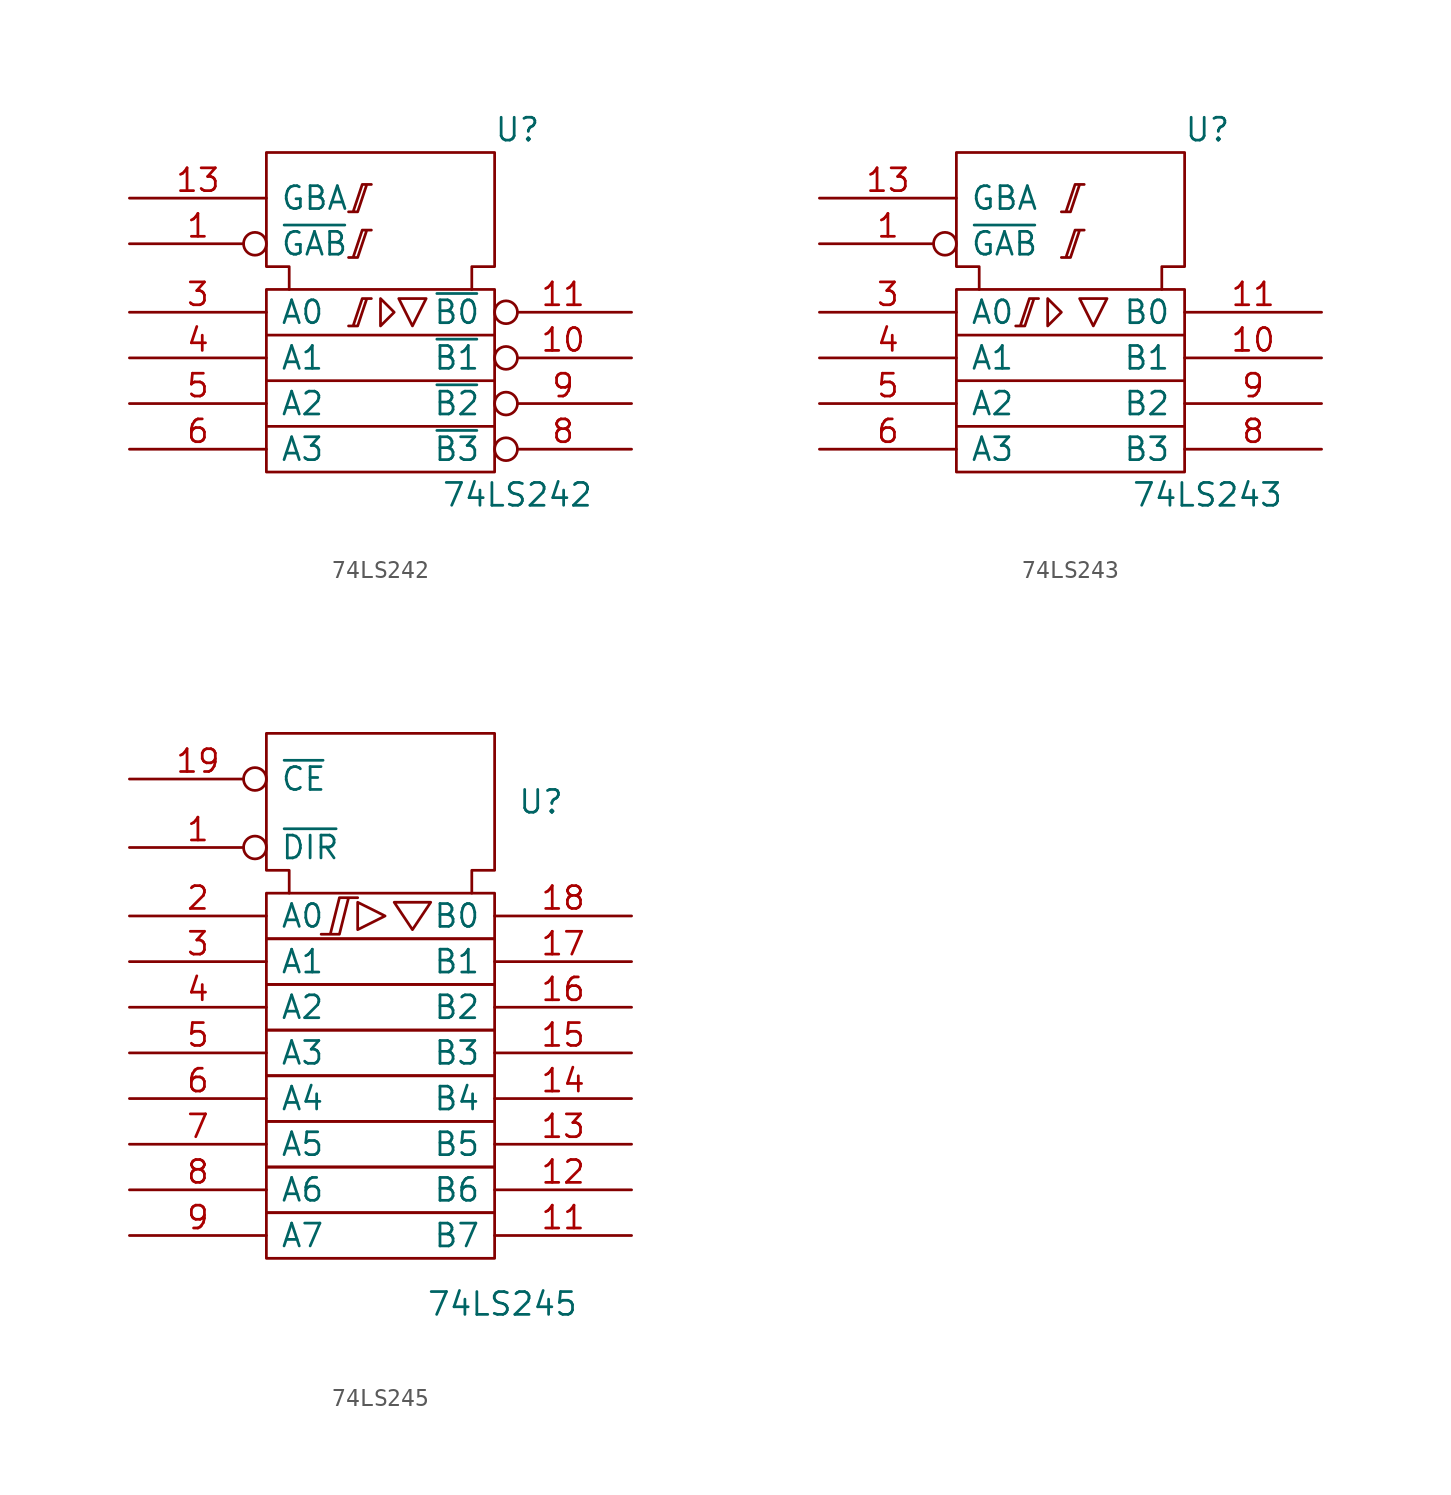
<source format=kicad_sym>
(kicad_symbol_lib
  (version 20231120)
  (generator "kicad_symbol_editor")
  (generator_version "8.0")
  (symbol "74LS242"
    (pin_names
      (offset 0.762))
    (property "Reference" "U"
      (at 7.62 12.7 0)
      (effects (font (size 1.27 1.27))))
    (property "Value" "74LS242"
      (at 7.62 -7.62 0)
      (effects (font (size 1.27 1.27))))
    (symbol "74LS242_0_0"
      (pin power_in line (at 5.08 11.43 270) (length 0) hide (name "VCC" (effects (font (size 1.27 1.27)))) (number "14" (effects (font (size 1.27 1.27)))))
      (pin power_in line (at 1.27 11.43 270) (length 0) hide (name "GND" (effects (font (size 1.27 1.27)))) (number "7" (effects (font (size 1.27 1.27))))))
    (symbol "74LS242_0_1"
      (rectangle (start -6.35 3.81) (end 6.35 -6.35) (stroke (width 0) (type default)) (fill (type none)))
      (polyline (pts (xy -6.35 -3.81) (xy 6.35 -3.81) (xy 6.35 -3.81)) (stroke (width 0) (type default)) (fill (type none)))
      (polyline (pts (xy -6.35 -1.27) (xy 6.35 -1.27) (xy 6.35 -1.27)) (stroke (width 0) (type default)) (fill (type none)))
      (polyline (pts (xy -6.35 1.27) (xy 6.35 1.27) (xy 6.35 1.27)) (stroke (width 0) (type default)) (fill (type none)))
      (polyline (pts (xy 0 3.302) (xy 0 1.778) (xy 0.762 2.54) (xy 0 3.302) (xy 0 3.302)) (stroke (width 0) (type default)) (fill (type none)))
      (polyline (pts (xy 1.016 3.302) (xy 2.54 3.302) (xy 1.778 1.778) (xy 1.016 3.302) (xy 1.016 3.302)) (stroke (width 0) (type default)) (fill (type none)))
      (polyline (pts (xy -1.778 1.778) (xy -1.27 1.778) (xy -0.762 3.302) (xy -0.508 3.302) (xy -1.016 3.302) (xy -1.524 1.778) (xy -1.524 1.778)) (stroke (width 0) (type default)) (fill (type none)))
      (polyline (pts (xy -1.778 5.588) (xy -1.27 5.588) (xy -0.762 7.112) (xy -0.508 7.112) (xy -1.016 7.112) (xy -1.524 5.588) (xy -1.524 5.588)) (stroke (width 0) (type default)) (fill (type none)))
      (polyline (pts (xy -1.778 8.128) (xy -1.27 8.128) (xy -0.762 9.652) (xy -0.508 9.652) (xy -1.016 9.652) (xy -1.524 8.128) (xy -1.524 8.128)) (stroke (width 0) (type default)) (fill (type none)))
      (polyline (pts (xy -5.08 3.81) (xy -5.08 5.08) (xy -6.35 5.08) (xy -6.35 11.43) (xy 6.35 11.43) (xy 6.35 5.08) (xy 5.08 5.08) (xy 5.08 3.81) (xy 5.08 3.81)) (stroke (width 0) (type default)) (fill (type none))))
    (symbol "74LS242_1_1"
      (pin input inverted (at -13.97 6.35 0) (length 7.62) (name "~{GAB}" (effects (font (size 1.27 1.27)))) (number "1" (effects (font (size 1.27 1.27)))))
      (pin tri_state inverted (at 13.97 0 180) (length 7.62) (name "~{B1}" (effects (font (size 1.27 1.27)))) (number "10" (effects (font (size 1.27 1.27)))))
      (pin tri_state inverted (at 13.97 2.54 180) (length 7.62) (name "~{B0}" (effects (font (size 1.27 1.27)))) (number "11" (effects (font (size 1.27 1.27)))))
      (pin input line (at -13.97 8.89 0) (length 7.62) (name "GBA" (effects (font (size 1.27 1.27)))) (number "13" (effects (font (size 1.27 1.27)))))
      (pin input line (at -13.97 2.54 0) (length 7.62) (name "A0" (effects (font (size 1.27 1.27)))) (number "3" (effects (font (size 1.27 1.27)))))
      (pin input line (at -13.97 0 0) (length 7.62) (name "A1" (effects (font (size 1.27 1.27)))) (number "4" (effects (font (size 1.27 1.27)))))
      (pin input line (at -13.97 -2.54 0) (length 7.62) (name "A2" (effects (font (size 1.27 1.27)))) (number "5" (effects (font (size 1.27 1.27)))))
      (pin input line (at -13.97 -5.08 0) (length 7.62) (name "A3" (effects (font (size 1.27 1.27)))) (number "6" (effects (font (size 1.27 1.27)))))
      (pin tri_state inverted (at 13.97 -5.08 180) (length 7.62) (name "~{B3}" (effects (font (size 1.27 1.27)))) (number "8" (effects (font (size 1.27 1.27)))))
      (pin tri_state inverted (at 13.97 -2.54 180) (length 7.62) (name "~{B2}" (effects (font (size 1.27 1.27)))) (number "9" (effects (font (size 1.27 1.27)))))))
  (symbol "74LS243"
    (pin_names
      (offset 0.762))
    (property "Reference" "U"
      (at 7.62 12.7 0)
      (effects (font (size 1.27 1.27))))
    (property "Value" "74LS243"
      (at 7.62 -7.62 0)
      (effects (font (size 1.27 1.27))))
    (symbol "74LS243_0_0"
      (pin power_in line (at 5.08 11.43 270) (length 0) hide (name "VCC" (effects (font (size 1.27 1.27)))) (number "14" (effects (font (size 1.27 1.27)))))
      (pin power_in line (at 1.27 11.43 270) (length 0) hide (name "GND" (effects (font (size 1.27 1.27)))) (number "7" (effects (font (size 1.27 1.27))))))
    (symbol "74LS243_0_1"
      (rectangle (start -6.35 3.81) (end 6.35 -6.35) (stroke (width 0) (type default)) (fill (type none)))
      (polyline (pts (xy -6.35 -3.81) (xy 6.35 -3.81) (xy 6.35 -3.81)) (stroke (width 0) (type default)) (fill (type none)))
      (polyline (pts (xy -6.35 -1.27) (xy 6.35 -1.27) (xy 6.35 -1.27)) (stroke (width 0) (type default)) (fill (type none)))
      (polyline (pts (xy -6.35 1.27) (xy 6.35 1.27) (xy 6.35 1.27)) (stroke (width 0) (type default)) (fill (type none)))
      (polyline (pts (xy -1.27 3.302) (xy -1.27 1.778) (xy -0.508 2.54) (xy -1.27 3.302) (xy -1.27 3.302)) (stroke (width 0) (type default)) (fill (type none)))
      (polyline (pts (xy 0.508 3.302) (xy 2.032 3.302) (xy 1.27 1.778) (xy 0.508 3.302) (xy 0.508 3.302)) (stroke (width 0) (type default)) (fill (type none)))
      (polyline (pts (xy -3.048 1.778) (xy -2.54 1.778) (xy -2.032 3.302) (xy -1.778 3.302) (xy -2.286 3.302) (xy -2.794 1.778) (xy -2.794 1.778)) (stroke (width 0) (type default)) (fill (type none)))
      (polyline (pts (xy -0.508 5.588) (xy 0 5.588) (xy 0.508 7.112) (xy 0.762 7.112) (xy 0.254 7.112) (xy -0.254 5.588) (xy -0.254 5.588)) (stroke (width 0) (type default)) (fill (type none)))
      (polyline (pts (xy -0.508 8.128) (xy 0 8.128) (xy 0.508 9.652) (xy 0.762 9.652) (xy 0.254 9.652) (xy -0.254 8.128) (xy -0.254 8.128)) (stroke (width 0) (type default)) (fill (type none)))
      (polyline (pts (xy -5.08 3.81) (xy -5.08 5.08) (xy -6.35 5.08) (xy -6.35 11.43) (xy 6.35 11.43) (xy 6.35 5.08) (xy 5.08 5.08) (xy 5.08 3.81) (xy 5.08 3.81)) (stroke (width 0) (type default)) (fill (type none))))
    (symbol "74LS243_1_1"
      (pin input inverted (at -13.97 6.35 0) (length 7.62) (name "~{GAB}" (effects (font (size 1.27 1.27)))) (number "1" (effects (font (size 1.27 1.27)))))
      (pin tri_state line (at 13.97 0 180) (length 7.62) (name "B1" (effects (font (size 1.27 1.27)))) (number "10" (effects (font (size 1.27 1.27)))))
      (pin tri_state line (at 13.97 2.54 180) (length 7.62) (name "B0" (effects (font (size 1.27 1.27)))) (number "11" (effects (font (size 1.27 1.27)))))
      (pin input line (at -13.97 8.89 0) (length 7.62) (name "GBA" (effects (font (size 1.27 1.27)))) (number "13" (effects (font (size 1.27 1.27)))))
      (pin input line (at -13.97 2.54 0) (length 7.62) (name "A0" (effects (font (size 1.27 1.27)))) (number "3" (effects (font (size 1.27 1.27)))))
      (pin input line (at -13.97 0 0) (length 7.62) (name "A1" (effects (font (size 1.27 1.27)))) (number "4" (effects (font (size 1.27 1.27)))))
      (pin input line (at -13.97 -2.54 0) (length 7.62) (name "A2" (effects (font (size 1.27 1.27)))) (number "5" (effects (font (size 1.27 1.27)))))
      (pin input line (at -13.97 -5.08 0) (length 7.62) (name "A3" (effects (font (size 1.27 1.27)))) (number "6" (effects (font (size 1.27 1.27)))))
      (pin tri_state line (at 13.97 -5.08 180) (length 7.62) (name "B3" (effects (font (size 1.27 1.27)))) (number "8" (effects (font (size 1.27 1.27)))))
      (pin tri_state line (at 13.97 -2.54 180) (length 7.62) (name "B2" (effects (font (size 1.27 1.27)))) (number "9" (effects (font (size 1.27 1.27)))))))
  (symbol "74LS245"
    (pin_names
      (offset 0.762))
    (property "Reference" "U"
      (at 7.62 12.7 0)
      (effects (font (size 1.27 1.27)) (justify left)))
    (property "Value" "74LS245"
      (at 2.54 -15.24 0)
      (effects (font (size 1.27 1.27)) (justify left)))
    (symbol "74LS245_0_0"
      (polyline (pts (xy -1.27 7.112) (xy -1.27 5.588) (xy 0.254 6.35) (xy -1.27 7.112) (xy -1.27 7.112)) (stroke (width 0) (type default)) (fill (type none)))
      (polyline (pts (xy 0.762 7.112) (xy 2.794 7.112) (xy 1.778 5.588) (xy 0.762 7.112) (xy 0.762 7.112)) (stroke (width 0) (type default)) (fill (type none)))
      (polyline (pts (xy -3.302 5.334) (xy -2.286 5.334) (xy -1.778 7.366) (xy -1.27 7.366) (xy -2.286 7.366) (xy -2.794 5.334) (xy -2.794 5.334)) (stroke (width 0) (type default)) (fill (type none)))
      (pin power_in line (at 1.27 16.51 270) (length 0) hide (name "GND" (effects (font (size 1.27 1.27)))) (number "10" (effects (font (size 1.27 1.27)))))
      (pin power_in line (at 5.08 16.51 270) (length 0) hide (name "VCC" (effects (font (size 1.27 1.27)))) (number "20" (effects (font (size 1.27 1.27))))))
    (symbol "74LS245_0_1"
      (rectangle (start -6.35 -10.16) (end 6.35 -12.7) (stroke (width 0) (type default)) (fill (type none)))
      (rectangle (start -6.35 -7.62) (end 6.35 -10.16) (stroke (width 0) (type default)) (fill (type none)))
      (rectangle (start -6.35 -5.08) (end 6.35 -7.62) (stroke (width 0) (type default)) (fill (type none)))
      (rectangle (start -6.35 -2.54) (end 6.35 -5.08) (stroke (width 0) (type default)) (fill (type none)))
      (rectangle (start -6.35 0) (end 6.35 -2.54) (stroke (width 0) (type default)) (fill (type none)))
      (rectangle (start -6.35 2.54) (end 6.35 0) (stroke (width 0) (type default)) (fill (type none)))
      (rectangle (start -6.35 5.08) (end 6.35 2.54) (stroke (width 0) (type default)) (fill (type none)))
      (rectangle (start -6.35 7.62) (end 6.35 5.08) (stroke (width 0) (type default)) (fill (type none)))
      (polyline (pts (xy -5.08 7.62) (xy -5.08 8.89) (xy -6.35 8.89) (xy -6.35 16.51) (xy 6.35 16.51) (xy 6.35 8.89) (xy 5.08 8.89) (xy 5.08 7.62) (xy 5.08 7.62)) (stroke (width 0) (type default)) (fill (type none))))
    (symbol "74LS245_1_1"
      (pin input inverted (at -13.97 10.16 0) (length 7.62) (name "~{DIR}" (effects (font (size 1.27 1.27)))) (number "1" (effects (font (size 1.27 1.27)))))
      (pin tri_state line (at 13.97 -11.43 180) (length 7.62) (name "B7" (effects (font (size 1.27 1.27)))) (number "11" (effects (font (size 1.27 1.27)))))
      (pin tri_state line (at 13.97 -8.89 180) (length 7.62) (name "B6" (effects (font (size 1.27 1.27)))) (number "12" (effects (font (size 1.27 1.27)))))
      (pin tri_state line (at 13.97 -6.35 180) (length 7.62) (name "B5" (effects (font (size 1.27 1.27)))) (number "13" (effects (font (size 1.27 1.27)))))
      (pin tri_state line (at 13.97 -3.81 180) (length 7.62) (name "B4" (effects (font (size 1.27 1.27)))) (number "14" (effects (font (size 1.27 1.27)))))
      (pin tri_state line (at 13.97 -1.27 180) (length 7.62) (name "B3" (effects (font (size 1.27 1.27)))) (number "15" (effects (font (size 1.27 1.27)))))
      (pin tri_state line (at 13.97 1.27 180) (length 7.62) (name "B2" (effects (font (size 1.27 1.27)))) (number "16" (effects (font (size 1.27 1.27)))))
      (pin tri_state line (at 13.97 3.81 180) (length 7.62) (name "B1" (effects (font (size 1.27 1.27)))) (number "17" (effects (font (size 1.27 1.27)))))
      (pin tri_state line (at 13.97 6.35 180) (length 7.62) (name "B0" (effects (font (size 1.27 1.27)))) (number "18" (effects (font (size 1.27 1.27)))))
      (pin input inverted (at -13.97 13.97 0) (length 7.62) (name "~{CE}" (effects (font (size 1.27 1.27)))) (number "19" (effects (font (size 1.27 1.27)))))
      (pin tri_state line (at -13.97 6.35 0) (length 7.62) (name "A0" (effects (font (size 1.27 1.27)))) (number "2" (effects (font (size 1.27 1.27)))))
      (pin tri_state line (at -13.97 3.81 0) (length 7.62) (name "A1" (effects (font (size 1.27 1.27)))) (number "3" (effects (font (size 1.27 1.27)))))
      (pin tri_state line (at -13.97 1.27 0) (length 7.62) (name "A2" (effects (font (size 1.27 1.27)))) (number "4" (effects (font (size 1.27 1.27)))))
      (pin tri_state line (at -13.97 -1.27 0) (length 7.62) (name "A3" (effects (font (size 1.27 1.27)))) (number "5" (effects (font (size 1.27 1.27)))))
      (pin tri_state line (at -13.97 -3.81 0) (length 7.62) (name "A4" (effects (font (size 1.27 1.27)))) (number "6" (effects (font (size 1.27 1.27)))))
      (pin tri_state line (at -13.97 -6.35 0) (length 7.62) (name "A5" (effects (font (size 1.27 1.27)))) (number "7" (effects (font (size 1.27 1.27)))))
      (pin tri_state line (at -13.97 -8.89 0) (length 7.62) (name "A6" (effects (font (size 1.27 1.27)))) (number "8" (effects (font (size 1.27 1.27)))))
      (pin tri_state line (at -13.97 -11.43 0) (length 7.62) (name "A7" (effects (font (size 1.27 1.27)))) (number "9" (effects (font (size 1.27 1.27))))))))
</source>
